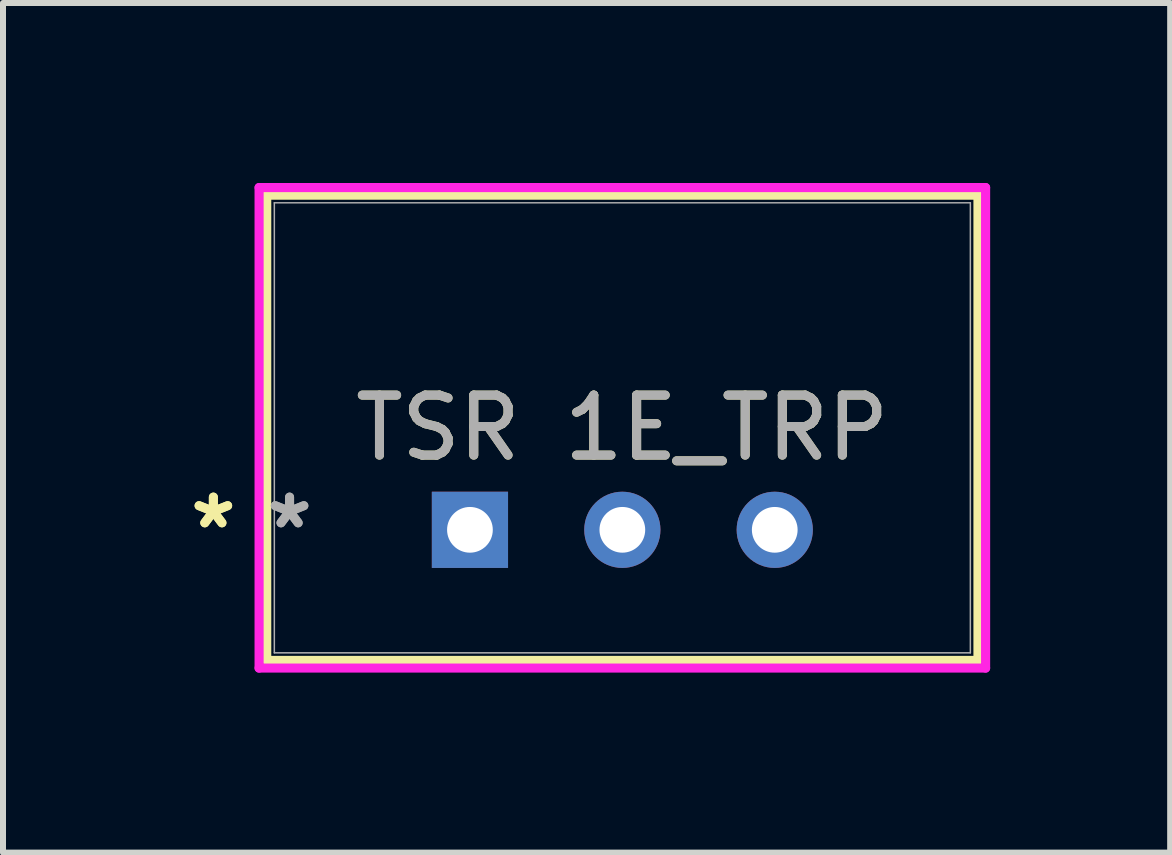
<source format=kicad_pcb>
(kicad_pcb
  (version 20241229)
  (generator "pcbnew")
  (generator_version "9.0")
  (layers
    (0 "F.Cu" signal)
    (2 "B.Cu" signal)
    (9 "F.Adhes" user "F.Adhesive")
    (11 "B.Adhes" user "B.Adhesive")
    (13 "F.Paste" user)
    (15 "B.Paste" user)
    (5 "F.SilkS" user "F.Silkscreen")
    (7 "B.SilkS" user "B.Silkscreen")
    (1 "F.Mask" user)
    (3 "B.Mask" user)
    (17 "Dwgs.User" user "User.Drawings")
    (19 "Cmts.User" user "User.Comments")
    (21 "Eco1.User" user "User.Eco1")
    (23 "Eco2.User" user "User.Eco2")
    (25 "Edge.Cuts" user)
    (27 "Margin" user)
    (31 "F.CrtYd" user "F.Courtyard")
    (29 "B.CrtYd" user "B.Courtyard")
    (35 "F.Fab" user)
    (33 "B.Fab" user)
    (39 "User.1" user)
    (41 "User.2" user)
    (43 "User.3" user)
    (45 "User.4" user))
  (footprint "TSR 1E_TRP"
    (layer "F.Cu")
    (at 4.782 5.78)
    (property "Reference" "TSR 1E_TRP" (at 2.54 -1.7 0) (unlocked yes) (layer "F.SilkS") (effects (font (size 1 1) (thickness 0.15))))
    (attr through_hole)
    (fp_line (start -3.387 -5.577) (end -3.387 2.177) (stroke (width 0.152) (type solid)) (layer "F.SilkS"))
    (fp_line (start -3.387 2.177) (end 8.467 2.177) (stroke (width 0.152) (type solid)) (layer "F.SilkS"))
    (fp_line (start 8.467 -5.577) (end -3.387 -5.577) (stroke (width 0.152) (type solid)) (layer "F.SilkS"))
    (fp_line (start 8.467 2.177) (end 8.467 -5.577) (stroke (width 0.152) (type solid)) (layer "F.SilkS"))
    (fp_line (start -3.514 -5.704) (end 8.594 -5.704) (stroke (width 0.152) (type solid)) (layer "F.CrtYd"))
    (fp_line (start -3.514 2.304) (end -3.514 -5.704) (stroke (width 0.152) (type solid)) (layer "F.CrtYd"))
    (fp_line (start 8.594 -5.704) (end 8.594 2.304) (stroke (width 0.152) (type solid)) (layer "F.CrtYd"))
    (fp_line (start 8.594 2.304) (end -3.514 2.304) (stroke (width 0.152) (type solid)) (layer "F.CrtYd"))
    (fp_line (start -3.26 -5.45) (end -3.26 2.05) (stroke (width 0.025) (type solid)) (layer "F.Fab"))
    (fp_line (start -3.26 2.05) (end 8.34 2.05) (stroke (width 0.025) (type solid)) (layer "F.Fab"))
    (fp_line (start 8.34 -5.45) (end -3.26 -5.45) (stroke (width 0.025) (type solid)) (layer "F.Fab"))
    (fp_line (start 8.34 2.05) (end 8.34 -5.45) (stroke (width 0.025) (type solid)) (layer "F.Fab"))
    (fp_text user "*" (at -4.276 0 0) (layer "F.SilkS") (effects (font (size 1 1) (thickness 0.15))))
    (fp_text user "*" (at -4.276 0 0) (unlocked yes) (layer "F.SilkS") (effects (font (size 1 1) (thickness 0.15))))
    (fp_text user "*" (at -3.006 0 0) (unlocked yes) (layer "F.Fab") (effects (font (size 1 1) (thickness 0.15))))
    (fp_text user "*" (at -3.006 0 0) (layer "F.Fab") (effects (font (size 1 1) (thickness 0.15))))
    (fp_text user "${REFERENCE}" (at 2.54 -1.7 0) (unlocked yes) (layer "F.Fab") (effects (font (size 1 1) (thickness 0.15))))
    (pad "1" thru_hole rect (at 0 0) (size 1.27 1.27) (drill 0.762) (layers "*.Cu" "*.Mask"))
    (pad "2" thru_hole circle (at 2.54 0) (size 1.27 1.27) (drill 0.762) (layers "*.Cu" "*.Mask"))
    (pad "3" thru_hole circle (at 5.08 0) (size 1.27 1.27) (drill 0.762) (layers "*.Cu" "*.Mask")))
  (gr_rect
    (start -3 -3)
    (end 16.452 11.16)
    (stroke (width 0.1) (type default))
    (fill no)
    (layer "Edge.Cuts")))
</source>
